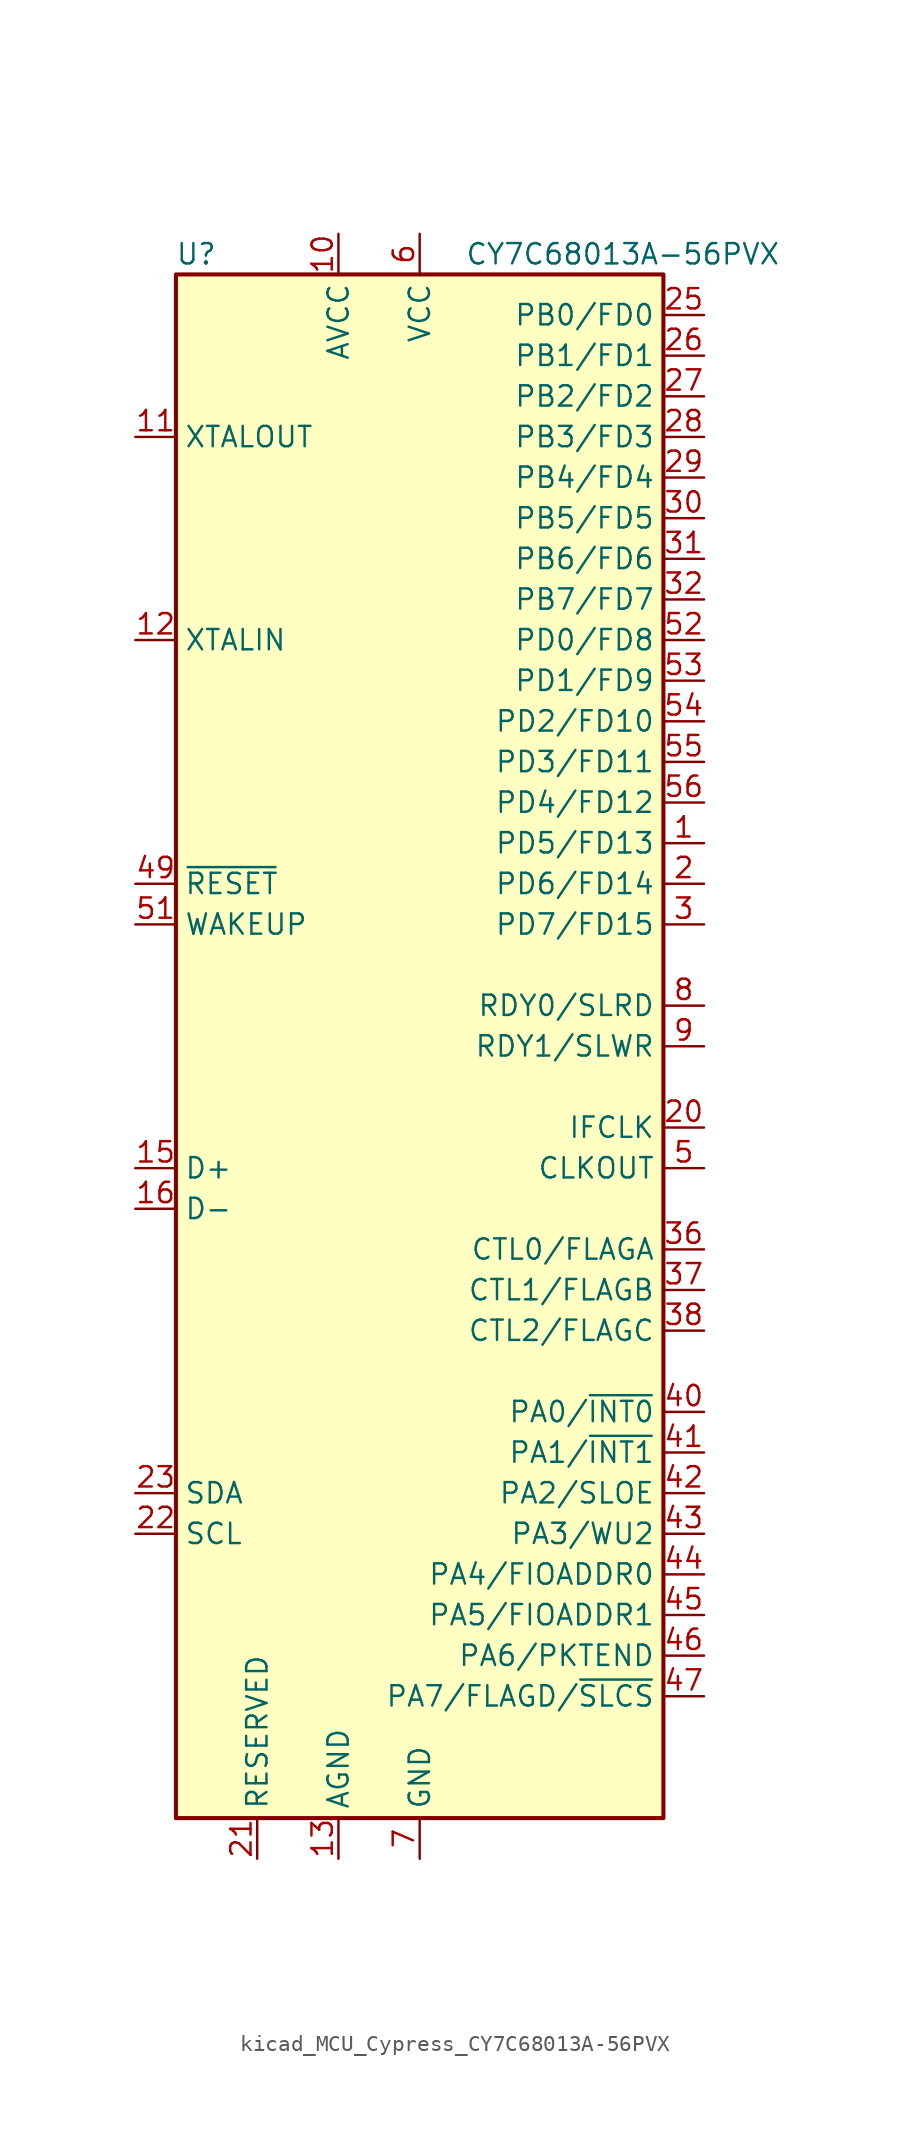
<source format=kicad_sym>
(kicad_symbol_lib
  (version 20220914)
  (generator kicad_symbol_editor)
  (symbol "kicad_MCU_Cypress_CY7C68013A-56PVX"
    (property "Reference" "U"
      (at -13.97 49.53 0)
      (effects (font (size 1.27 1.27))))
    (property "Value" "CY7C68013A-56PVX"
      (at 12.7 49.53 0)
      (effects (font (size 1.27 1.27))))
    (symbol "kicad_MCU_Cypress_CY7C68013A-56PVX_0_1"
      (rectangle (start 15.24 -48.26) (end -15.24 48.26) (stroke (width 0.254) (type default)) (fill (type background))))
    (symbol "kicad_MCU_Cypress_CY7C68013A-56PVX_1_1"
      (pin bidirectional line (at 17.78 12.7 180) (length 2.54) (name "PD5/FD13" (effects (font (size 1.27 1.27)))) (number "1" (effects (font (size 1.27 1.27)))))
      (pin power_in line (at -5.08 50.8 270) (length 2.54) (name "AVCC" (effects (font (size 1.27 1.27)))) (number "10" (effects (font (size 1.27 1.27)))))
      (pin output line (at -17.78 38.1 0) (length 2.54) (name "XTALOUT" (effects (font (size 1.27 1.27)))) (number "11" (effects (font (size 1.27 1.27)))))
      (pin input line (at -17.78 25.4 0) (length 2.54) (name "XTALIN" (effects (font (size 1.27 1.27)))) (number "12" (effects (font (size 1.27 1.27)))))
      (pin power_in line (at -5.08 -50.8 90) (length 2.54) (name "AGND" (effects (font (size 1.27 1.27)))) (number "13" (effects (font (size 1.27 1.27)))))
      (pin passive line (at -5.08 50.8 270) (length 2.54) hide (name "AVCC" (effects (font (size 1.27 1.27)))) (number "14" (effects (font (size 1.27 1.27)))))
      (pin bidirectional line (at -17.78 -7.62 0) (length 2.54) (name "D+" (effects (font (size 1.27 1.27)))) (number "15" (effects (font (size 1.27 1.27)))))
      (pin bidirectional line (at -17.78 -10.16 0) (length 2.54) (name "D-" (effects (font (size 1.27 1.27)))) (number "16" (effects (font (size 1.27 1.27)))))
      (pin passive line (at -5.08 -50.8 90) (length 2.54) hide (name "AGND" (effects (font (size 1.27 1.27)))) (number "17" (effects (font (size 1.27 1.27)))))
      (pin passive line (at 0 50.8 270) (length 2.54) hide (name "VCC" (effects (font (size 1.27 1.27)))) (number "18" (effects (font (size 1.27 1.27)))))
      (pin passive line (at 0 -50.8 90) (length 2.54) hide (name "GND" (effects (font (size 1.27 1.27)))) (number "19" (effects (font (size 1.27 1.27)))))
      (pin bidirectional line (at 17.78 10.16 180) (length 2.54) (name "PD6/FD14" (effects (font (size 1.27 1.27)))) (number "2" (effects (font (size 1.27 1.27)))))
      (pin bidirectional line (at 17.78 -5.08 180) (length 2.54) (name "IFCLK" (effects (font (size 1.27 1.27)))) (number "20" (effects (font (size 1.27 1.27)))))
      (pin input line (at -10.16 -50.8 90) (length 2.54) (name "RESERVED" (effects (font (size 1.27 1.27)))) (number "21" (effects (font (size 1.27 1.27)))))
      (pin input line (at -17.78 -30.48 0) (length 2.54) (name "SCL" (effects (font (size 1.27 1.27)))) (number "22" (effects (font (size 1.27 1.27)))))
      (pin bidirectional line (at -17.78 -27.94 0) (length 2.54) (name "SDA" (effects (font (size 1.27 1.27)))) (number "23" (effects (font (size 1.27 1.27)))))
      (pin passive line (at 0 50.8 270) (length 2.54) hide (name "VCC" (effects (font (size 1.27 1.27)))) (number "24" (effects (font (size 1.27 1.27)))))
      (pin bidirectional line (at 17.78 45.72 180) (length 2.54) (name "PB0/FD0" (effects (font (size 1.27 1.27)))) (number "25" (effects (font (size 1.27 1.27)))))
      (pin bidirectional line (at 17.78 43.18 180) (length 2.54) (name "PB1/FD1" (effects (font (size 1.27 1.27)))) (number "26" (effects (font (size 1.27 1.27)))))
      (pin bidirectional line (at 17.78 40.64 180) (length 2.54) (name "PB2/FD2" (effects (font (size 1.27 1.27)))) (number "27" (effects (font (size 1.27 1.27)))))
      (pin bidirectional line (at 17.78 38.1 180) (length 2.54) (name "PB3/FD3" (effects (font (size 1.27 1.27)))) (number "28" (effects (font (size 1.27 1.27)))))
      (pin bidirectional line (at 17.78 35.56 180) (length 2.54) (name "PB4/FD4" (effects (font (size 1.27 1.27)))) (number "29" (effects (font (size 1.27 1.27)))))
      (pin bidirectional line (at 17.78 7.62 180) (length 2.54) (name "PD7/FD15" (effects (font (size 1.27 1.27)))) (number "3" (effects (font (size 1.27 1.27)))))
      (pin bidirectional line (at 17.78 33.02 180) (length 2.54) (name "PB5/FD5" (effects (font (size 1.27 1.27)))) (number "30" (effects (font (size 1.27 1.27)))))
      (pin bidirectional line (at 17.78 30.48 180) (length 2.54) (name "PB6/FD6" (effects (font (size 1.27 1.27)))) (number "31" (effects (font (size 1.27 1.27)))))
      (pin bidirectional line (at 17.78 27.94 180) (length 2.54) (name "PB7/FD7" (effects (font (size 1.27 1.27)))) (number "32" (effects (font (size 1.27 1.27)))))
      (pin passive line (at 0 -50.8 90) (length 2.54) hide (name "GND" (effects (font (size 1.27 1.27)))) (number "33" (effects (font (size 1.27 1.27)))))
      (pin passive line (at 0 50.8 270) (length 2.54) hide (name "VCC" (effects (font (size 1.27 1.27)))) (number "34" (effects (font (size 1.27 1.27)))))
      (pin passive line (at 0 -50.8 90) (length 2.54) hide (name "GND" (effects (font (size 1.27 1.27)))) (number "35" (effects (font (size 1.27 1.27)))))
      (pin output line (at 17.78 -12.7 180) (length 2.54) (name "CTL0/FLAGA" (effects (font (size 1.27 1.27)))) (number "36" (effects (font (size 1.27 1.27)))))
      (pin output line (at 17.78 -15.24 180) (length 2.54) (name "CTL1/FLAGB" (effects (font (size 1.27 1.27)))) (number "37" (effects (font (size 1.27 1.27)))))
      (pin output line (at 17.78 -17.78 180) (length 2.54) (name "CTL2/FLAGC" (effects (font (size 1.27 1.27)))) (number "38" (effects (font (size 1.27 1.27)))))
      (pin passive line (at 0 50.8 270) (length 2.54) hide (name "VCC" (effects (font (size 1.27 1.27)))) (number "39" (effects (font (size 1.27 1.27)))))
      (pin passive line (at 0 -50.8 90) (length 2.54) hide (name "GND" (effects (font (size 1.27 1.27)))) (number "4" (effects (font (size 1.27 1.27)))))
      (pin bidirectional line (at 17.78 -22.86 180) (length 2.54) (name "PA0/~{INT0}" (effects (font (size 1.27 1.27)))) (number "40" (effects (font (size 1.27 1.27)))))
      (pin bidirectional line (at 17.78 -25.4 180) (length 2.54) (name "PA1/~{INT1}" (effects (font (size 1.27 1.27)))) (number "41" (effects (font (size 1.27 1.27)))))
      (pin bidirectional line (at 17.78 -27.94 180) (length 2.54) (name "PA2/SLOE" (effects (font (size 1.27 1.27)))) (number "42" (effects (font (size 1.27 1.27)))))
      (pin bidirectional line (at 17.78 -30.48 180) (length 2.54) (name "PA3/WU2" (effects (font (size 1.27 1.27)))) (number "43" (effects (font (size 1.27 1.27)))))
      (pin bidirectional line (at 17.78 -33.02 180) (length 2.54) (name "PA4/FIOADDR0" (effects (font (size 1.27 1.27)))) (number "44" (effects (font (size 1.27 1.27)))))
      (pin bidirectional line (at 17.78 -35.56 180) (length 2.54) (name "PA5/FIOADDR1" (effects (font (size 1.27 1.27)))) (number "45" (effects (font (size 1.27 1.27)))))
      (pin bidirectional line (at 17.78 -38.1 180) (length 2.54) (name "PA6/PKTEND" (effects (font (size 1.27 1.27)))) (number "46" (effects (font (size 1.27 1.27)))))
      (pin bidirectional line (at 17.78 -40.64 180) (length 2.54) (name "PA7/FLAGD/~{SLCS}" (effects (font (size 1.27 1.27)))) (number "47" (effects (font (size 1.27 1.27)))))
      (pin passive line (at 0 -50.8 90) (length 2.54) hide (name "GND" (effects (font (size 1.27 1.27)))) (number "48" (effects (font (size 1.27 1.27)))))
      (pin input line (at -17.78 10.16 0) (length 2.54) (name "~{RESET}" (effects (font (size 1.27 1.27)))) (number "49" (effects (font (size 1.27 1.27)))))
      (pin output line (at 17.78 -7.62 180) (length 2.54) (name "CLKOUT" (effects (font (size 1.27 1.27)))) (number "5" (effects (font (size 1.27 1.27)))))
      (pin passive line (at 0 50.8 270) (length 2.54) hide (name "VCC" (effects (font (size 1.27 1.27)))) (number "50" (effects (font (size 1.27 1.27)))))
      (pin input line (at -17.78 7.62 0) (length 2.54) (name "WAKEUP" (effects (font (size 1.27 1.27)))) (number "51" (effects (font (size 1.27 1.27)))))
      (pin bidirectional line (at 17.78 25.4 180) (length 2.54) (name "PD0/FD8" (effects (font (size 1.27 1.27)))) (number "52" (effects (font (size 1.27 1.27)))))
      (pin bidirectional line (at 17.78 22.86 180) (length 2.54) (name "PD1/FD9" (effects (font (size 1.27 1.27)))) (number "53" (effects (font (size 1.27 1.27)))))
      (pin bidirectional line (at 17.78 20.32 180) (length 2.54) (name "PD2/FD10" (effects (font (size 1.27 1.27)))) (number "54" (effects (font (size 1.27 1.27)))))
      (pin bidirectional line (at 17.78 17.78 180) (length 2.54) (name "PD3/FD11" (effects (font (size 1.27 1.27)))) (number "55" (effects (font (size 1.27 1.27)))))
      (pin bidirectional line (at 17.78 15.24 180) (length 2.54) (name "PD4/FD12" (effects (font (size 1.27 1.27)))) (number "56" (effects (font (size 1.27 1.27)))))
      (pin power_in line (at 0 50.8 270) (length 2.54) (name "VCC" (effects (font (size 1.27 1.27)))) (number "6" (effects (font (size 1.27 1.27)))))
      (pin power_in line (at 0 -50.8 90) (length 2.54) (name "GND" (effects (font (size 1.27 1.27)))) (number "7" (effects (font (size 1.27 1.27)))))
      (pin input line (at 17.78 2.54 180) (length 2.54) (name "RDY0/SLRD" (effects (font (size 1.27 1.27)))) (number "8" (effects (font (size 1.27 1.27)))))
      (pin input line (at 17.78 0 180) (length 2.54) (name "RDY1/SLWR" (effects (font (size 1.27 1.27)))) (number "9" (effects (font (size 1.27 1.27))))))))
</source>
